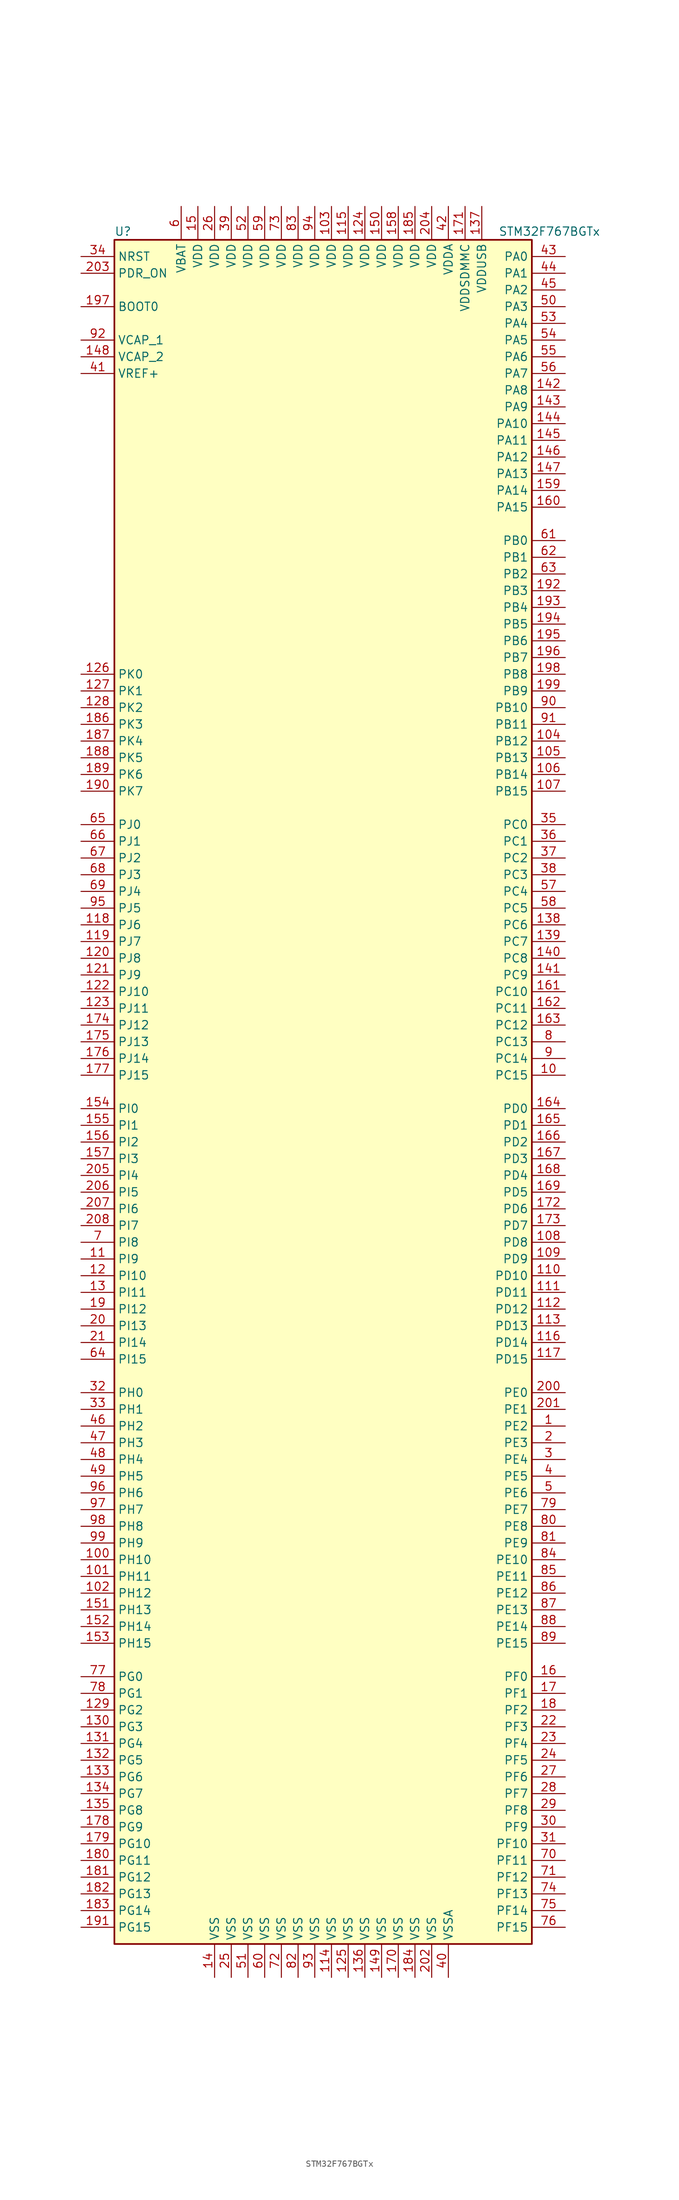
<source format=kicad_sym>
(kicad_symbol_lib
  (version 20211014)
  (generator kicad_symbol_editor)
  (symbol "STM32F767BGTx"
    (property "Reference" "U"
      (at -33.02 130.81 0)
      (effects (font (size 1.27 1.27)) (justify left)))
    (property "Value" "STM32F767BGTx"
      (at 25.4 130.81 0)
      (effects (font (size 1.27 1.27)) (justify left)))
    (symbol "STM32F767BGTx_0_1"
      (rectangle (start -33.02 -129.54) (end 30.48 129.54) (stroke (width 0.254) (type default) (color 0 0 0 0)) (fill (type background))))
    (symbol "STM32F767BGTx_1_1"
      (pin bidirectional line (at 35.56 -50.8 180) (length 5.08) (name "PE2" (effects (font (size 1.27 1.27)))) (number "1" (effects (font (size 1.27 1.27)))))
      (pin bidirectional line (at 35.56 2.54 180) (length 5.08) (name "PC15" (effects (font (size 1.27 1.27)))) (number "10" (effects (font (size 1.27 1.27)))))
      (pin bidirectional line (at -38.1 -71.12 0) (length 5.08) (name "PH10" (effects (font (size 1.27 1.27)))) (number "100" (effects (font (size 1.27 1.27)))))
      (pin bidirectional line (at -38.1 -73.66 0) (length 5.08) (name "PH11" (effects (font (size 1.27 1.27)))) (number "101" (effects (font (size 1.27 1.27)))))
      (pin bidirectional line (at -38.1 -76.2 0) (length 5.08) (name "PH12" (effects (font (size 1.27 1.27)))) (number "102" (effects (font (size 1.27 1.27)))))
      (pin power_in line (at 0 134.62 270) (length 5.08) (name "VDD" (effects (font (size 1.27 1.27)))) (number "103" (effects (font (size 1.27 1.27)))))
      (pin bidirectional line (at 35.56 53.34 180) (length 5.08) (name "PB12" (effects (font (size 1.27 1.27)))) (number "104" (effects (font (size 1.27 1.27)))))
      (pin bidirectional line (at 35.56 50.8 180) (length 5.08) (name "PB13" (effects (font (size 1.27 1.27)))) (number "105" (effects (font (size 1.27 1.27)))))
      (pin bidirectional line (at 35.56 48.26 180) (length 5.08) (name "PB14" (effects (font (size 1.27 1.27)))) (number "106" (effects (font (size 1.27 1.27)))))
      (pin bidirectional line (at 35.56 45.72 180) (length 5.08) (name "PB15" (effects (font (size 1.27 1.27)))) (number "107" (effects (font (size 1.27 1.27)))))
      (pin bidirectional line (at 35.56 -22.86 180) (length 5.08) (name "PD8" (effects (font (size 1.27 1.27)))) (number "108" (effects (font (size 1.27 1.27)))))
      (pin bidirectional line (at 35.56 -25.4 180) (length 5.08) (name "PD9" (effects (font (size 1.27 1.27)))) (number "109" (effects (font (size 1.27 1.27)))))
      (pin bidirectional line (at -38.1 -25.4 0) (length 5.08) (name "PI9" (effects (font (size 1.27 1.27)))) (number "11" (effects (font (size 1.27 1.27)))))
      (pin bidirectional line (at 35.56 -27.94 180) (length 5.08) (name "PD10" (effects (font (size 1.27 1.27)))) (number "110" (effects (font (size 1.27 1.27)))))
      (pin bidirectional line (at 35.56 -30.48 180) (length 5.08) (name "PD11" (effects (font (size 1.27 1.27)))) (number "111" (effects (font (size 1.27 1.27)))))
      (pin bidirectional line (at 35.56 -33.02 180) (length 5.08) (name "PD12" (effects (font (size 1.27 1.27)))) (number "112" (effects (font (size 1.27 1.27)))))
      (pin bidirectional line (at 35.56 -35.56 180) (length 5.08) (name "PD13" (effects (font (size 1.27 1.27)))) (number "113" (effects (font (size 1.27 1.27)))))
      (pin power_in line (at 0 -134.62 90) (length 5.08) (name "VSS" (effects (font (size 1.27 1.27)))) (number "114" (effects (font (size 1.27 1.27)))))
      (pin power_in line (at 2.54 134.62 270) (length 5.08) (name "VDD" (effects (font (size 1.27 1.27)))) (number "115" (effects (font (size 1.27 1.27)))))
      (pin bidirectional line (at 35.56 -38.1 180) (length 5.08) (name "PD14" (effects (font (size 1.27 1.27)))) (number "116" (effects (font (size 1.27 1.27)))))
      (pin bidirectional line (at 35.56 -40.64 180) (length 5.08) (name "PD15" (effects (font (size 1.27 1.27)))) (number "117" (effects (font (size 1.27 1.27)))))
      (pin bidirectional line (at -38.1 25.4 0) (length 5.08) (name "PJ6" (effects (font (size 1.27 1.27)))) (number "118" (effects (font (size 1.27 1.27)))))
      (pin bidirectional line (at -38.1 22.86 0) (length 5.08) (name "PJ7" (effects (font (size 1.27 1.27)))) (number "119" (effects (font (size 1.27 1.27)))))
      (pin bidirectional line (at -38.1 -27.94 0) (length 5.08) (name "PI10" (effects (font (size 1.27 1.27)))) (number "12" (effects (font (size 1.27 1.27)))))
      (pin bidirectional line (at -38.1 20.32 0) (length 5.08) (name "PJ8" (effects (font (size 1.27 1.27)))) (number "120" (effects (font (size 1.27 1.27)))))
      (pin bidirectional line (at -38.1 17.78 0) (length 5.08) (name "PJ9" (effects (font (size 1.27 1.27)))) (number "121" (effects (font (size 1.27 1.27)))))
      (pin bidirectional line (at -38.1 15.24 0) (length 5.08) (name "PJ10" (effects (font (size 1.27 1.27)))) (number "122" (effects (font (size 1.27 1.27)))))
      (pin bidirectional line (at -38.1 12.7 0) (length 5.08) (name "PJ11" (effects (font (size 1.27 1.27)))) (number "123" (effects (font (size 1.27 1.27)))))
      (pin power_in line (at 5.08 134.62 270) (length 5.08) (name "VDD" (effects (font (size 1.27 1.27)))) (number "124" (effects (font (size 1.27 1.27)))))
      (pin power_in line (at 2.54 -134.62 90) (length 5.08) (name "VSS" (effects (font (size 1.27 1.27)))) (number "125" (effects (font (size 1.27 1.27)))))
      (pin bidirectional line (at -38.1 63.5 0) (length 5.08) (name "PK0" (effects (font (size 1.27 1.27)))) (number "126" (effects (font (size 1.27 1.27)))))
      (pin bidirectional line (at -38.1 60.96 0) (length 5.08) (name "PK1" (effects (font (size 1.27 1.27)))) (number "127" (effects (font (size 1.27 1.27)))))
      (pin bidirectional line (at -38.1 58.42 0) (length 5.08) (name "PK2" (effects (font (size 1.27 1.27)))) (number "128" (effects (font (size 1.27 1.27)))))
      (pin bidirectional line (at -38.1 -93.98 0) (length 5.08) (name "PG2" (effects (font (size 1.27 1.27)))) (number "129" (effects (font (size 1.27 1.27)))))
      (pin bidirectional line (at -38.1 -30.48 0) (length 5.08) (name "PI11" (effects (font (size 1.27 1.27)))) (number "13" (effects (font (size 1.27 1.27)))))
      (pin bidirectional line (at -38.1 -96.52 0) (length 5.08) (name "PG3" (effects (font (size 1.27 1.27)))) (number "130" (effects (font (size 1.27 1.27)))))
      (pin bidirectional line (at -38.1 -99.06 0) (length 5.08) (name "PG4" (effects (font (size 1.27 1.27)))) (number "131" (effects (font (size 1.27 1.27)))))
      (pin bidirectional line (at -38.1 -101.6 0) (length 5.08) (name "PG5" (effects (font (size 1.27 1.27)))) (number "132" (effects (font (size 1.27 1.27)))))
      (pin bidirectional line (at -38.1 -104.14 0) (length 5.08) (name "PG6" (effects (font (size 1.27 1.27)))) (number "133" (effects (font (size 1.27 1.27)))))
      (pin bidirectional line (at -38.1 -106.68 0) (length 5.08) (name "PG7" (effects (font (size 1.27 1.27)))) (number "134" (effects (font (size 1.27 1.27)))))
      (pin bidirectional line (at -38.1 -109.22 0) (length 5.08) (name "PG8" (effects (font (size 1.27 1.27)))) (number "135" (effects (font (size 1.27 1.27)))))
      (pin power_in line (at 5.08 -134.62 90) (length 5.08) (name "VSS" (effects (font (size 1.27 1.27)))) (number "136" (effects (font (size 1.27 1.27)))))
      (pin power_in line (at 22.86 134.62 270) (length 5.08) (name "VDDUSB" (effects (font (size 1.27 1.27)))) (number "137" (effects (font (size 1.27 1.27)))))
      (pin bidirectional line (at 35.56 25.4 180) (length 5.08) (name "PC6" (effects (font (size 1.27 1.27)))) (number "138" (effects (font (size 1.27 1.27)))))
      (pin bidirectional line (at 35.56 22.86 180) (length 5.08) (name "PC7" (effects (font (size 1.27 1.27)))) (number "139" (effects (font (size 1.27 1.27)))))
      (pin power_in line (at -17.78 -134.62 90) (length 5.08) (name "VSS" (effects (font (size 1.27 1.27)))) (number "14" (effects (font (size 1.27 1.27)))))
      (pin bidirectional line (at 35.56 20.32 180) (length 5.08) (name "PC8" (effects (font (size 1.27 1.27)))) (number "140" (effects (font (size 1.27 1.27)))))
      (pin bidirectional line (at 35.56 17.78 180) (length 5.08) (name "PC9" (effects (font (size 1.27 1.27)))) (number "141" (effects (font (size 1.27 1.27)))))
      (pin bidirectional line (at 35.56 106.68 180) (length 5.08) (name "PA8" (effects (font (size 1.27 1.27)))) (number "142" (effects (font (size 1.27 1.27)))))
      (pin bidirectional line (at 35.56 104.14 180) (length 5.08) (name "PA9" (effects (font (size 1.27 1.27)))) (number "143" (effects (font (size 1.27 1.27)))))
      (pin bidirectional line (at 35.56 101.6 180) (length 5.08) (name "PA10" (effects (font (size 1.27 1.27)))) (number "144" (effects (font (size 1.27 1.27)))))
      (pin bidirectional line (at 35.56 99.06 180) (length 5.08) (name "PA11" (effects (font (size 1.27 1.27)))) (number "145" (effects (font (size 1.27 1.27)))))
      (pin bidirectional line (at 35.56 96.52 180) (length 5.08) (name "PA12" (effects (font (size 1.27 1.27)))) (number "146" (effects (font (size 1.27 1.27)))))
      (pin bidirectional line (at 35.56 93.98 180) (length 5.08) (name "PA13" (effects (font (size 1.27 1.27)))) (number "147" (effects (font (size 1.27 1.27)))))
      (pin power_in line (at -38.1 111.76 0) (length 5.08) (name "VCAP_2" (effects (font (size 1.27 1.27)))) (number "148" (effects (font (size 1.27 1.27)))))
      (pin power_in line (at 7.62 -134.62 90) (length 5.08) (name "VSS" (effects (font (size 1.27 1.27)))) (number "149" (effects (font (size 1.27 1.27)))))
      (pin power_in line (at -20.32 134.62 270) (length 5.08) (name "VDD" (effects (font (size 1.27 1.27)))) (number "15" (effects (font (size 1.27 1.27)))))
      (pin power_in line (at 7.62 134.62 270) (length 5.08) (name "VDD" (effects (font (size 1.27 1.27)))) (number "150" (effects (font (size 1.27 1.27)))))
      (pin bidirectional line (at -38.1 -78.74 0) (length 5.08) (name "PH13" (effects (font (size 1.27 1.27)))) (number "151" (effects (font (size 1.27 1.27)))))
      (pin bidirectional line (at -38.1 -81.28 0) (length 5.08) (name "PH14" (effects (font (size 1.27 1.27)))) (number "152" (effects (font (size 1.27 1.27)))))
      (pin bidirectional line (at -38.1 -83.82 0) (length 5.08) (name "PH15" (effects (font (size 1.27 1.27)))) (number "153" (effects (font (size 1.27 1.27)))))
      (pin bidirectional line (at -38.1 -2.54 0) (length 5.08) (name "PI0" (effects (font (size 1.27 1.27)))) (number "154" (effects (font (size 1.27 1.27)))))
      (pin bidirectional line (at -38.1 -5.08 0) (length 5.08) (name "PI1" (effects (font (size 1.27 1.27)))) (number "155" (effects (font (size 1.27 1.27)))))
      (pin bidirectional line (at -38.1 -7.62 0) (length 5.08) (name "PI2" (effects (font (size 1.27 1.27)))) (number "156" (effects (font (size 1.27 1.27)))))
      (pin bidirectional line (at -38.1 -10.16 0) (length 5.08) (name "PI3" (effects (font (size 1.27 1.27)))) (number "157" (effects (font (size 1.27 1.27)))))
      (pin power_in line (at 10.16 134.62 270) (length 5.08) (name "VDD" (effects (font (size 1.27 1.27)))) (number "158" (effects (font (size 1.27 1.27)))))
      (pin bidirectional line (at 35.56 91.44 180) (length 5.08) (name "PA14" (effects (font (size 1.27 1.27)))) (number "159" (effects (font (size 1.27 1.27)))))
      (pin bidirectional line (at 35.56 -88.9 180) (length 5.08) (name "PF0" (effects (font (size 1.27 1.27)))) (number "16" (effects (font (size 1.27 1.27)))))
      (pin bidirectional line (at 35.56 88.9 180) (length 5.08) (name "PA15" (effects (font (size 1.27 1.27)))) (number "160" (effects (font (size 1.27 1.27)))))
      (pin bidirectional line (at 35.56 15.24 180) (length 5.08) (name "PC10" (effects (font (size 1.27 1.27)))) (number "161" (effects (font (size 1.27 1.27)))))
      (pin bidirectional line (at 35.56 12.7 180) (length 5.08) (name "PC11" (effects (font (size 1.27 1.27)))) (number "162" (effects (font (size 1.27 1.27)))))
      (pin bidirectional line (at 35.56 10.16 180) (length 5.08) (name "PC12" (effects (font (size 1.27 1.27)))) (number "163" (effects (font (size 1.27 1.27)))))
      (pin bidirectional line (at 35.56 -2.54 180) (length 5.08) (name "PD0" (effects (font (size 1.27 1.27)))) (number "164" (effects (font (size 1.27 1.27)))))
      (pin bidirectional line (at 35.56 -5.08 180) (length 5.08) (name "PD1" (effects (font (size 1.27 1.27)))) (number "165" (effects (font (size 1.27 1.27)))))
      (pin bidirectional line (at 35.56 -7.62 180) (length 5.08) (name "PD2" (effects (font (size 1.27 1.27)))) (number "166" (effects (font (size 1.27 1.27)))))
      (pin bidirectional line (at 35.56 -10.16 180) (length 5.08) (name "PD3" (effects (font (size 1.27 1.27)))) (number "167" (effects (font (size 1.27 1.27)))))
      (pin bidirectional line (at 35.56 -12.7 180) (length 5.08) (name "PD4" (effects (font (size 1.27 1.27)))) (number "168" (effects (font (size 1.27 1.27)))))
      (pin bidirectional line (at 35.56 -15.24 180) (length 5.08) (name "PD5" (effects (font (size 1.27 1.27)))) (number "169" (effects (font (size 1.27 1.27)))))
      (pin bidirectional line (at 35.56 -91.44 180) (length 5.08) (name "PF1" (effects (font (size 1.27 1.27)))) (number "17" (effects (font (size 1.27 1.27)))))
      (pin power_in line (at 10.16 -134.62 90) (length 5.08) (name "VSS" (effects (font (size 1.27 1.27)))) (number "170" (effects (font (size 1.27 1.27)))))
      (pin power_in line (at 20.32 134.62 270) (length 5.08) (name "VDDSDMMC" (effects (font (size 1.27 1.27)))) (number "171" (effects (font (size 1.27 1.27)))))
      (pin bidirectional line (at 35.56 -17.78 180) (length 5.08) (name "PD6" (effects (font (size 1.27 1.27)))) (number "172" (effects (font (size 1.27 1.27)))))
      (pin bidirectional line (at 35.56 -20.32 180) (length 5.08) (name "PD7" (effects (font (size 1.27 1.27)))) (number "173" (effects (font (size 1.27 1.27)))))
      (pin bidirectional line (at -38.1 10.16 0) (length 5.08) (name "PJ12" (effects (font (size 1.27 1.27)))) (number "174" (effects (font (size 1.27 1.27)))))
      (pin bidirectional line (at -38.1 7.62 0) (length 5.08) (name "PJ13" (effects (font (size 1.27 1.27)))) (number "175" (effects (font (size 1.27 1.27)))))
      (pin bidirectional line (at -38.1 5.08 0) (length 5.08) (name "PJ14" (effects (font (size 1.27 1.27)))) (number "176" (effects (font (size 1.27 1.27)))))
      (pin bidirectional line (at -38.1 2.54 0) (length 5.08) (name "PJ15" (effects (font (size 1.27 1.27)))) (number "177" (effects (font (size 1.27 1.27)))))
      (pin bidirectional line (at -38.1 -111.76 0) (length 5.08) (name "PG9" (effects (font (size 1.27 1.27)))) (number "178" (effects (font (size 1.27 1.27)))))
      (pin bidirectional line (at -38.1 -114.3 0) (length 5.08) (name "PG10" (effects (font (size 1.27 1.27)))) (number "179" (effects (font (size 1.27 1.27)))))
      (pin bidirectional line (at 35.56 -93.98 180) (length 5.08) (name "PF2" (effects (font (size 1.27 1.27)))) (number "18" (effects (font (size 1.27 1.27)))))
      (pin bidirectional line (at -38.1 -116.84 0) (length 5.08) (name "PG11" (effects (font (size 1.27 1.27)))) (number "180" (effects (font (size 1.27 1.27)))))
      (pin bidirectional line (at -38.1 -119.38 0) (length 5.08) (name "PG12" (effects (font (size 1.27 1.27)))) (number "181" (effects (font (size 1.27 1.27)))))
      (pin bidirectional line (at -38.1 -121.92 0) (length 5.08) (name "PG13" (effects (font (size 1.27 1.27)))) (number "182" (effects (font (size 1.27 1.27)))))
      (pin bidirectional line (at -38.1 -124.46 0) (length 5.08) (name "PG14" (effects (font (size 1.27 1.27)))) (number "183" (effects (font (size 1.27 1.27)))))
      (pin power_in line (at 12.7 -134.62 90) (length 5.08) (name "VSS" (effects (font (size 1.27 1.27)))) (number "184" (effects (font (size 1.27 1.27)))))
      (pin power_in line (at 12.7 134.62 270) (length 5.08) (name "VDD" (effects (font (size 1.27 1.27)))) (number "185" (effects (font (size 1.27 1.27)))))
      (pin bidirectional line (at -38.1 55.88 0) (length 5.08) (name "PK3" (effects (font (size 1.27 1.27)))) (number "186" (effects (font (size 1.27 1.27)))))
      (pin bidirectional line (at -38.1 53.34 0) (length 5.08) (name "PK4" (effects (font (size 1.27 1.27)))) (number "187" (effects (font (size 1.27 1.27)))))
      (pin bidirectional line (at -38.1 50.8 0) (length 5.08) (name "PK5" (effects (font (size 1.27 1.27)))) (number "188" (effects (font (size 1.27 1.27)))))
      (pin bidirectional line (at -38.1 48.26 0) (length 5.08) (name "PK6" (effects (font (size 1.27 1.27)))) (number "189" (effects (font (size 1.27 1.27)))))
      (pin bidirectional line (at -38.1 -33.02 0) (length 5.08) (name "PI12" (effects (font (size 1.27 1.27)))) (number "19" (effects (font (size 1.27 1.27)))))
      (pin bidirectional line (at -38.1 45.72 0) (length 5.08) (name "PK7" (effects (font (size 1.27 1.27)))) (number "190" (effects (font (size 1.27 1.27)))))
      (pin bidirectional line (at -38.1 -127 0) (length 5.08) (name "PG15" (effects (font (size 1.27 1.27)))) (number "191" (effects (font (size 1.27 1.27)))))
      (pin bidirectional line (at 35.56 76.2 180) (length 5.08) (name "PB3" (effects (font (size 1.27 1.27)))) (number "192" (effects (font (size 1.27 1.27)))))
      (pin bidirectional line (at 35.56 73.66 180) (length 5.08) (name "PB4" (effects (font (size 1.27 1.27)))) (number "193" (effects (font (size 1.27 1.27)))))
      (pin bidirectional line (at 35.56 71.12 180) (length 5.08) (name "PB5" (effects (font (size 1.27 1.27)))) (number "194" (effects (font (size 1.27 1.27)))))
      (pin bidirectional line (at 35.56 68.58 180) (length 5.08) (name "PB6" (effects (font (size 1.27 1.27)))) (number "195" (effects (font (size 1.27 1.27)))))
      (pin bidirectional line (at 35.56 66.04 180) (length 5.08) (name "PB7" (effects (font (size 1.27 1.27)))) (number "196" (effects (font (size 1.27 1.27)))))
      (pin input line (at -38.1 119.38 0) (length 5.08) (name "BOOT0" (effects (font (size 1.27 1.27)))) (number "197" (effects (font (size 1.27 1.27)))))
      (pin bidirectional line (at 35.56 63.5 180) (length 5.08) (name "PB8" (effects (font (size 1.27 1.27)))) (number "198" (effects (font (size 1.27 1.27)))))
      (pin bidirectional line (at 35.56 60.96 180) (length 5.08) (name "PB9" (effects (font (size 1.27 1.27)))) (number "199" (effects (font (size 1.27 1.27)))))
      (pin bidirectional line (at 35.56 -53.34 180) (length 5.08) (name "PE3" (effects (font (size 1.27 1.27)))) (number "2" (effects (font (size 1.27 1.27)))))
      (pin bidirectional line (at -38.1 -35.56 0) (length 5.08) (name "PI13" (effects (font (size 1.27 1.27)))) (number "20" (effects (font (size 1.27 1.27)))))
      (pin bidirectional line (at 35.56 -45.72 180) (length 5.08) (name "PE0" (effects (font (size 1.27 1.27)))) (number "200" (effects (font (size 1.27 1.27)))))
      (pin bidirectional line (at 35.56 -48.26 180) (length 5.08) (name "PE1" (effects (font (size 1.27 1.27)))) (number "201" (effects (font (size 1.27 1.27)))))
      (pin power_in line (at 15.24 -134.62 90) (length 5.08) (name "VSS" (effects (font (size 1.27 1.27)))) (number "202" (effects (font (size 1.27 1.27)))))
      (pin input line (at -38.1 124.46 0) (length 5.08) (name "PDR_ON" (effects (font (size 1.27 1.27)))) (number "203" (effects (font (size 1.27 1.27)))))
      (pin power_in line (at 15.24 134.62 270) (length 5.08) (name "VDD" (effects (font (size 1.27 1.27)))) (number "204" (effects (font (size 1.27 1.27)))))
      (pin bidirectional line (at -38.1 -12.7 0) (length 5.08) (name "PI4" (effects (font (size 1.27 1.27)))) (number "205" (effects (font (size 1.27 1.27)))))
      (pin bidirectional line (at -38.1 -15.24 0) (length 5.08) (name "PI5" (effects (font (size 1.27 1.27)))) (number "206" (effects (font (size 1.27 1.27)))))
      (pin bidirectional line (at -38.1 -17.78 0) (length 5.08) (name "PI6" (effects (font (size 1.27 1.27)))) (number "207" (effects (font (size 1.27 1.27)))))
      (pin bidirectional line (at -38.1 -20.32 0) (length 5.08) (name "PI7" (effects (font (size 1.27 1.27)))) (number "208" (effects (font (size 1.27 1.27)))))
      (pin bidirectional line (at -38.1 -38.1 0) (length 5.08) (name "PI14" (effects (font (size 1.27 1.27)))) (number "21" (effects (font (size 1.27 1.27)))))
      (pin bidirectional line (at 35.56 -96.52 180) (length 5.08) (name "PF3" (effects (font (size 1.27 1.27)))) (number "22" (effects (font (size 1.27 1.27)))))
      (pin bidirectional line (at 35.56 -99.06 180) (length 5.08) (name "PF4" (effects (font (size 1.27 1.27)))) (number "23" (effects (font (size 1.27 1.27)))))
      (pin bidirectional line (at 35.56 -101.6 180) (length 5.08) (name "PF5" (effects (font (size 1.27 1.27)))) (number "24" (effects (font (size 1.27 1.27)))))
      (pin power_in line (at -15.24 -134.62 90) (length 5.08) (name "VSS" (effects (font (size 1.27 1.27)))) (number "25" (effects (font (size 1.27 1.27)))))
      (pin power_in line (at -17.78 134.62 270) (length 5.08) (name "VDD" (effects (font (size 1.27 1.27)))) (number "26" (effects (font (size 1.27 1.27)))))
      (pin bidirectional line (at 35.56 -104.14 180) (length 5.08) (name "PF6" (effects (font (size 1.27 1.27)))) (number "27" (effects (font (size 1.27 1.27)))))
      (pin bidirectional line (at 35.56 -106.68 180) (length 5.08) (name "PF7" (effects (font (size 1.27 1.27)))) (number "28" (effects (font (size 1.27 1.27)))))
      (pin bidirectional line (at 35.56 -109.22 180) (length 5.08) (name "PF8" (effects (font (size 1.27 1.27)))) (number "29" (effects (font (size 1.27 1.27)))))
      (pin bidirectional line (at 35.56 -55.88 180) (length 5.08) (name "PE4" (effects (font (size 1.27 1.27)))) (number "3" (effects (font (size 1.27 1.27)))))
      (pin bidirectional line (at 35.56 -111.76 180) (length 5.08) (name "PF9" (effects (font (size 1.27 1.27)))) (number "30" (effects (font (size 1.27 1.27)))))
      (pin bidirectional line (at 35.56 -114.3 180) (length 5.08) (name "PF10" (effects (font (size 1.27 1.27)))) (number "31" (effects (font (size 1.27 1.27)))))
      (pin input line (at -38.1 -45.72 0) (length 5.08) (name "PH0" (effects (font (size 1.27 1.27)))) (number "32" (effects (font (size 1.27 1.27)))))
      (pin input line (at -38.1 -48.26 0) (length 5.08) (name "PH1" (effects (font (size 1.27 1.27)))) (number "33" (effects (font (size 1.27 1.27)))))
      (pin input line (at -38.1 127 0) (length 5.08) (name "NRST" (effects (font (size 1.27 1.27)))) (number "34" (effects (font (size 1.27 1.27)))))
      (pin bidirectional line (at 35.56 40.64 180) (length 5.08) (name "PC0" (effects (font (size 1.27 1.27)))) (number "35" (effects (font (size 1.27 1.27)))))
      (pin bidirectional line (at 35.56 38.1 180) (length 5.08) (name "PC1" (effects (font (size 1.27 1.27)))) (number "36" (effects (font (size 1.27 1.27)))))
      (pin bidirectional line (at 35.56 35.56 180) (length 5.08) (name "PC2" (effects (font (size 1.27 1.27)))) (number "37" (effects (font (size 1.27 1.27)))))
      (pin bidirectional line (at 35.56 33.02 180) (length 5.08) (name "PC3" (effects (font (size 1.27 1.27)))) (number "38" (effects (font (size 1.27 1.27)))))
      (pin power_in line (at -15.24 134.62 270) (length 5.08) (name "VDD" (effects (font (size 1.27 1.27)))) (number "39" (effects (font (size 1.27 1.27)))))
      (pin bidirectional line (at 35.56 -58.42 180) (length 5.08) (name "PE5" (effects (font (size 1.27 1.27)))) (number "4" (effects (font (size 1.27 1.27)))))
      (pin power_in line (at 17.78 -134.62 90) (length 5.08) (name "VSSA" (effects (font (size 1.27 1.27)))) (number "40" (effects (font (size 1.27 1.27)))))
      (pin power_in line (at -38.1 109.22 0) (length 5.08) (name "VREF+" (effects (font (size 1.27 1.27)))) (number "41" (effects (font (size 1.27 1.27)))))
      (pin power_in line (at 17.78 134.62 270) (length 5.08) (name "VDDA" (effects (font (size 1.27 1.27)))) (number "42" (effects (font (size 1.27 1.27)))))
      (pin bidirectional line (at 35.56 127 180) (length 5.08) (name "PA0" (effects (font (size 1.27 1.27)))) (number "43" (effects (font (size 1.27 1.27)))))
      (pin bidirectional line (at 35.56 124.46 180) (length 5.08) (name "PA1" (effects (font (size 1.27 1.27)))) (number "44" (effects (font (size 1.27 1.27)))))
      (pin bidirectional line (at 35.56 121.92 180) (length 5.08) (name "PA2" (effects (font (size 1.27 1.27)))) (number "45" (effects (font (size 1.27 1.27)))))
      (pin bidirectional line (at -38.1 -50.8 0) (length 5.08) (name "PH2" (effects (font (size 1.27 1.27)))) (number "46" (effects (font (size 1.27 1.27)))))
      (pin bidirectional line (at -38.1 -53.34 0) (length 5.08) (name "PH3" (effects (font (size 1.27 1.27)))) (number "47" (effects (font (size 1.27 1.27)))))
      (pin bidirectional line (at -38.1 -55.88 0) (length 5.08) (name "PH4" (effects (font (size 1.27 1.27)))) (number "48" (effects (font (size 1.27 1.27)))))
      (pin bidirectional line (at -38.1 -58.42 0) (length 5.08) (name "PH5" (effects (font (size 1.27 1.27)))) (number "49" (effects (font (size 1.27 1.27)))))
      (pin bidirectional line (at 35.56 -60.96 180) (length 5.08) (name "PE6" (effects (font (size 1.27 1.27)))) (number "5" (effects (font (size 1.27 1.27)))))
      (pin bidirectional line (at 35.56 119.38 180) (length 5.08) (name "PA3" (effects (font (size 1.27 1.27)))) (number "50" (effects (font (size 1.27 1.27)))))
      (pin power_in line (at -12.7 -134.62 90) (length 5.08) (name "VSS" (effects (font (size 1.27 1.27)))) (number "51" (effects (font (size 1.27 1.27)))))
      (pin power_in line (at -12.7 134.62 270) (length 5.08) (name "VDD" (effects (font (size 1.27 1.27)))) (number "52" (effects (font (size 1.27 1.27)))))
      (pin bidirectional line (at 35.56 116.84 180) (length 5.08) (name "PA4" (effects (font (size 1.27 1.27)))) (number "53" (effects (font (size 1.27 1.27)))))
      (pin bidirectional line (at 35.56 114.3 180) (length 5.08) (name "PA5" (effects (font (size 1.27 1.27)))) (number "54" (effects (font (size 1.27 1.27)))))
      (pin bidirectional line (at 35.56 111.76 180) (length 5.08) (name "PA6" (effects (font (size 1.27 1.27)))) (number "55" (effects (font (size 1.27 1.27)))))
      (pin bidirectional line (at 35.56 109.22 180) (length 5.08) (name "PA7" (effects (font (size 1.27 1.27)))) (number "56" (effects (font (size 1.27 1.27)))))
      (pin bidirectional line (at 35.56 30.48 180) (length 5.08) (name "PC4" (effects (font (size 1.27 1.27)))) (number "57" (effects (font (size 1.27 1.27)))))
      (pin bidirectional line (at 35.56 27.94 180) (length 5.08) (name "PC5" (effects (font (size 1.27 1.27)))) (number "58" (effects (font (size 1.27 1.27)))))
      (pin power_in line (at -10.16 134.62 270) (length 5.08) (name "VDD" (effects (font (size 1.27 1.27)))) (number "59" (effects (font (size 1.27 1.27)))))
      (pin power_in line (at -22.86 134.62 270) (length 5.08) (name "VBAT" (effects (font (size 1.27 1.27)))) (number "6" (effects (font (size 1.27 1.27)))))
      (pin power_in line (at -10.16 -134.62 90) (length 5.08) (name "VSS" (effects (font (size 1.27 1.27)))) (number "60" (effects (font (size 1.27 1.27)))))
      (pin bidirectional line (at 35.56 83.82 180) (length 5.08) (name "PB0" (effects (font (size 1.27 1.27)))) (number "61" (effects (font (size 1.27 1.27)))))
      (pin bidirectional line (at 35.56 81.28 180) (length 5.08) (name "PB1" (effects (font (size 1.27 1.27)))) (number "62" (effects (font (size 1.27 1.27)))))
      (pin bidirectional line (at 35.56 78.74 180) (length 5.08) (name "PB2" (effects (font (size 1.27 1.27)))) (number "63" (effects (font (size 1.27 1.27)))))
      (pin bidirectional line (at -38.1 -40.64 0) (length 5.08) (name "PI15" (effects (font (size 1.27 1.27)))) (number "64" (effects (font (size 1.27 1.27)))))
      (pin bidirectional line (at -38.1 40.64 0) (length 5.08) (name "PJ0" (effects (font (size 1.27 1.27)))) (number "65" (effects (font (size 1.27 1.27)))))
      (pin bidirectional line (at -38.1 38.1 0) (length 5.08) (name "PJ1" (effects (font (size 1.27 1.27)))) (number "66" (effects (font (size 1.27 1.27)))))
      (pin bidirectional line (at -38.1 35.56 0) (length 5.08) (name "PJ2" (effects (font (size 1.27 1.27)))) (number "67" (effects (font (size 1.27 1.27)))))
      (pin bidirectional line (at -38.1 33.02 0) (length 5.08) (name "PJ3" (effects (font (size 1.27 1.27)))) (number "68" (effects (font (size 1.27 1.27)))))
      (pin bidirectional line (at -38.1 30.48 0) (length 5.08) (name "PJ4" (effects (font (size 1.27 1.27)))) (number "69" (effects (font (size 1.27 1.27)))))
      (pin bidirectional line (at -38.1 -22.86 0) (length 5.08) (name "PI8" (effects (font (size 1.27 1.27)))) (number "7" (effects (font (size 1.27 1.27)))))
      (pin bidirectional line (at 35.56 -116.84 180) (length 5.08) (name "PF11" (effects (font (size 1.27 1.27)))) (number "70" (effects (font (size 1.27 1.27)))))
      (pin bidirectional line (at 35.56 -119.38 180) (length 5.08) (name "PF12" (effects (font (size 1.27 1.27)))) (number "71" (effects (font (size 1.27 1.27)))))
      (pin power_in line (at -7.62 -134.62 90) (length 5.08) (name "VSS" (effects (font (size 1.27 1.27)))) (number "72" (effects (font (size 1.27 1.27)))))
      (pin power_in line (at -7.62 134.62 270) (length 5.08) (name "VDD" (effects (font (size 1.27 1.27)))) (number "73" (effects (font (size 1.27 1.27)))))
      (pin bidirectional line (at 35.56 -121.92 180) (length 5.08) (name "PF13" (effects (font (size 1.27 1.27)))) (number "74" (effects (font (size 1.27 1.27)))))
      (pin bidirectional line (at 35.56 -124.46 180) (length 5.08) (name "PF14" (effects (font (size 1.27 1.27)))) (number "75" (effects (font (size 1.27 1.27)))))
      (pin bidirectional line (at 35.56 -127 180) (length 5.08) (name "PF15" (effects (font (size 1.27 1.27)))) (number "76" (effects (font (size 1.27 1.27)))))
      (pin bidirectional line (at -38.1 -88.9 0) (length 5.08) (name "PG0" (effects (font (size 1.27 1.27)))) (number "77" (effects (font (size 1.27 1.27)))))
      (pin bidirectional line (at -38.1 -91.44 0) (length 5.08) (name "PG1" (effects (font (size 1.27 1.27)))) (number "78" (effects (font (size 1.27 1.27)))))
      (pin bidirectional line (at 35.56 -63.5 180) (length 5.08) (name "PE7" (effects (font (size 1.27 1.27)))) (number "79" (effects (font (size 1.27 1.27)))))
      (pin bidirectional line (at 35.56 7.62 180) (length 5.08) (name "PC13" (effects (font (size 1.27 1.27)))) (number "8" (effects (font (size 1.27 1.27)))))
      (pin bidirectional line (at 35.56 -66.04 180) (length 5.08) (name "PE8" (effects (font (size 1.27 1.27)))) (number "80" (effects (font (size 1.27 1.27)))))
      (pin bidirectional line (at 35.56 -68.58 180) (length 5.08) (name "PE9" (effects (font (size 1.27 1.27)))) (number "81" (effects (font (size 1.27 1.27)))))
      (pin power_in line (at -5.08 -134.62 90) (length 5.08) (name "VSS" (effects (font (size 1.27 1.27)))) (number "82" (effects (font (size 1.27 1.27)))))
      (pin power_in line (at -5.08 134.62 270) (length 5.08) (name "VDD" (effects (font (size 1.27 1.27)))) (number "83" (effects (font (size 1.27 1.27)))))
      (pin bidirectional line (at 35.56 -71.12 180) (length 5.08) (name "PE10" (effects (font (size 1.27 1.27)))) (number "84" (effects (font (size 1.27 1.27)))))
      (pin bidirectional line (at 35.56 -73.66 180) (length 5.08) (name "PE11" (effects (font (size 1.27 1.27)))) (number "85" (effects (font (size 1.27 1.27)))))
      (pin bidirectional line (at 35.56 -76.2 180) (length 5.08) (name "PE12" (effects (font (size 1.27 1.27)))) (number "86" (effects (font (size 1.27 1.27)))))
      (pin bidirectional line (at 35.56 -78.74 180) (length 5.08) (name "PE13" (effects (font (size 1.27 1.27)))) (number "87" (effects (font (size 1.27 1.27)))))
      (pin bidirectional line (at 35.56 -81.28 180) (length 5.08) (name "PE14" (effects (font (size 1.27 1.27)))) (number "88" (effects (font (size 1.27 1.27)))))
      (pin bidirectional line (at 35.56 -83.82 180) (length 5.08) (name "PE15" (effects (font (size 1.27 1.27)))) (number "89" (effects (font (size 1.27 1.27)))))
      (pin bidirectional line (at 35.56 5.08 180) (length 5.08) (name "PC14" (effects (font (size 1.27 1.27)))) (number "9" (effects (font (size 1.27 1.27)))))
      (pin bidirectional line (at 35.56 58.42 180) (length 5.08) (name "PB10" (effects (font (size 1.27 1.27)))) (number "90" (effects (font (size 1.27 1.27)))))
      (pin bidirectional line (at 35.56 55.88 180) (length 5.08) (name "PB11" (effects (font (size 1.27 1.27)))) (number "91" (effects (font (size 1.27 1.27)))))
      (pin power_in line (at -38.1 114.3 0) (length 5.08) (name "VCAP_1" (effects (font (size 1.27 1.27)))) (number "92" (effects (font (size 1.27 1.27)))))
      (pin power_in line (at -2.54 -134.62 90) (length 5.08) (name "VSS" (effects (font (size 1.27 1.27)))) (number "93" (effects (font (size 1.27 1.27)))))
      (pin power_in line (at -2.54 134.62 270) (length 5.08) (name "VDD" (effects (font (size 1.27 1.27)))) (number "94" (effects (font (size 1.27 1.27)))))
      (pin bidirectional line (at -38.1 27.94 0) (length 5.08) (name "PJ5" (effects (font (size 1.27 1.27)))) (number "95" (effects (font (size 1.27 1.27)))))
      (pin bidirectional line (at -38.1 -60.96 0) (length 5.08) (name "PH6" (effects (font (size 1.27 1.27)))) (number "96" (effects (font (size 1.27 1.27)))))
      (pin bidirectional line (at -38.1 -63.5 0) (length 5.08) (name "PH7" (effects (font (size 1.27 1.27)))) (number "97" (effects (font (size 1.27 1.27)))))
      (pin bidirectional line (at -38.1 -66.04 0) (length 5.08) (name "PH8" (effects (font (size 1.27 1.27)))) (number "98" (effects (font (size 1.27 1.27)))))
      (pin bidirectional line (at -38.1 -68.58 0) (length 5.08) (name "PH9" (effects (font (size 1.27 1.27)))) (number "99" (effects (font (size 1.27 1.27))))))))
</source>
